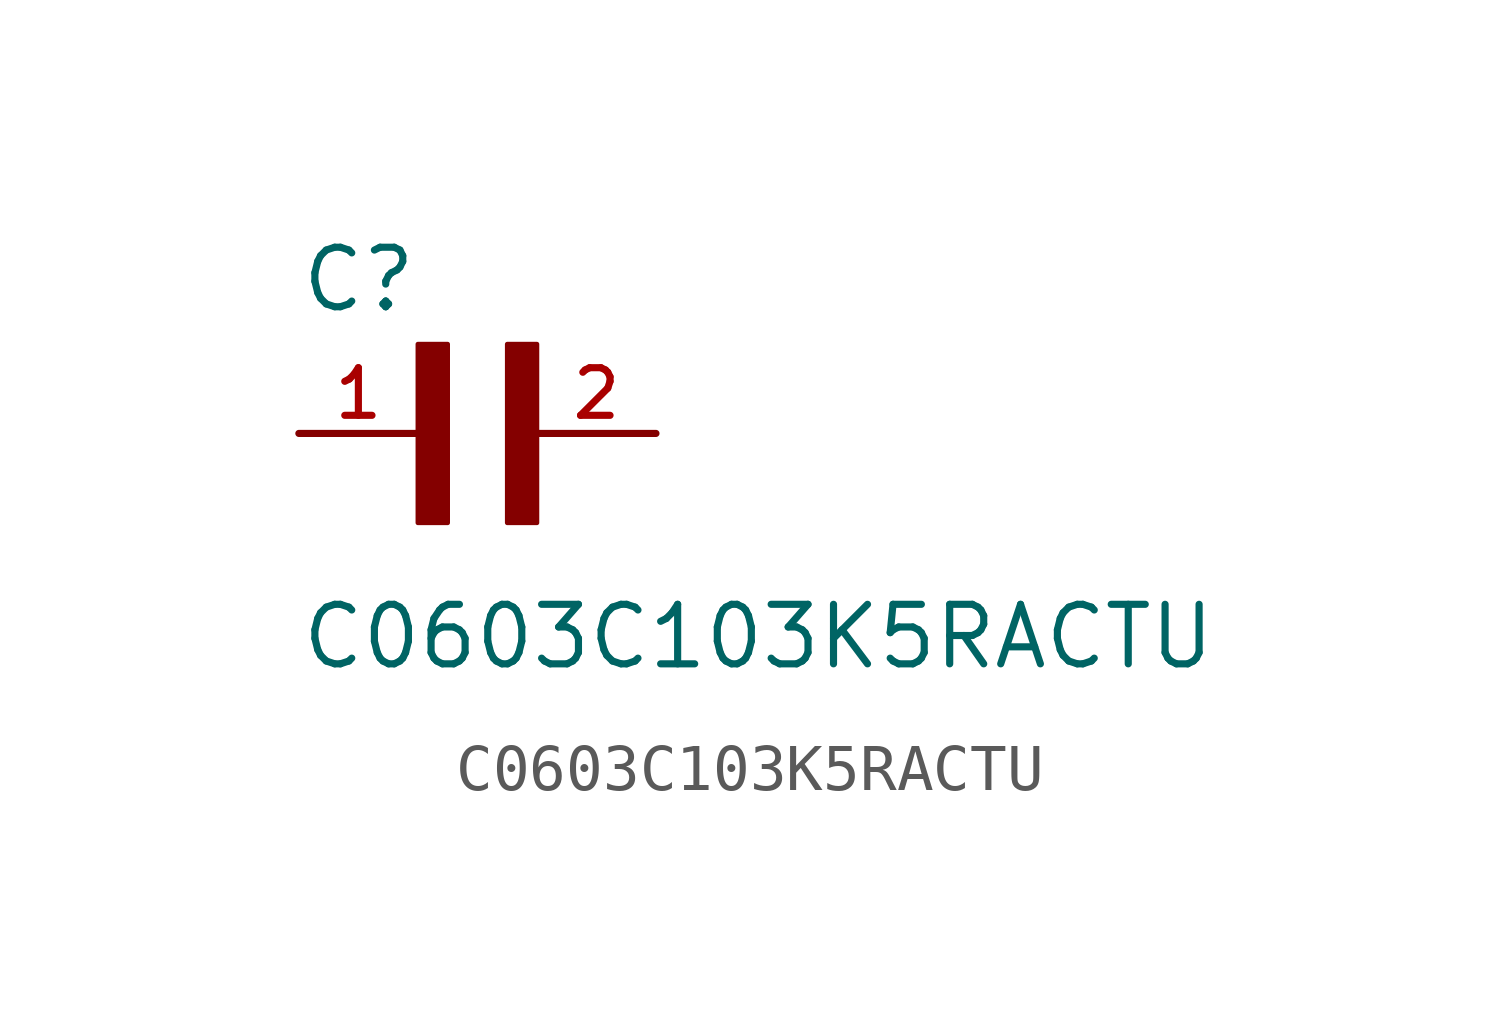
<source format=kicad_sym>
(kicad_symbol_lib
  (version 20211014)
  (generator kicad_symbol_editor)
  (symbol "C0603C103K5RACTU"
    (pin_names
      (offset 1.016))
    (property "Reference" "C"
      (at -2.54 2.54 0)
      (effects (font (size 1.27 1.27)) (justify bottom left)))
    (property "Value" "C0603C103K5RACTU"
      (at -2.54 -5.08 0)
      (effects (font (size 1.27 1.27)) (justify bottom left)))
    (symbol "C0603C103K5RACTU_0_0"
      (rectangle (start 0.0 -1.907) (end 0.635 1.905) (stroke (width 0.1)) (fill (type outline)))
      (rectangle (start 1.907 -1.907) (end 2.54 1.905) (stroke (width 0.1)) (fill (type outline)))
      (pin passive line (at -2.54 0.0 0) (length 2.54) (name "~" (effects (font (size 1.016 1.016)))) (number "1" (effects (font (size 1.016 1.016)))))
      (pin passive line (at 5.08 0.0 180.0) (length 2.54) (name "~" (effects (font (size 1.016 1.016)))) (number "2" (effects (font (size 1.016 1.016))))))))
</source>
